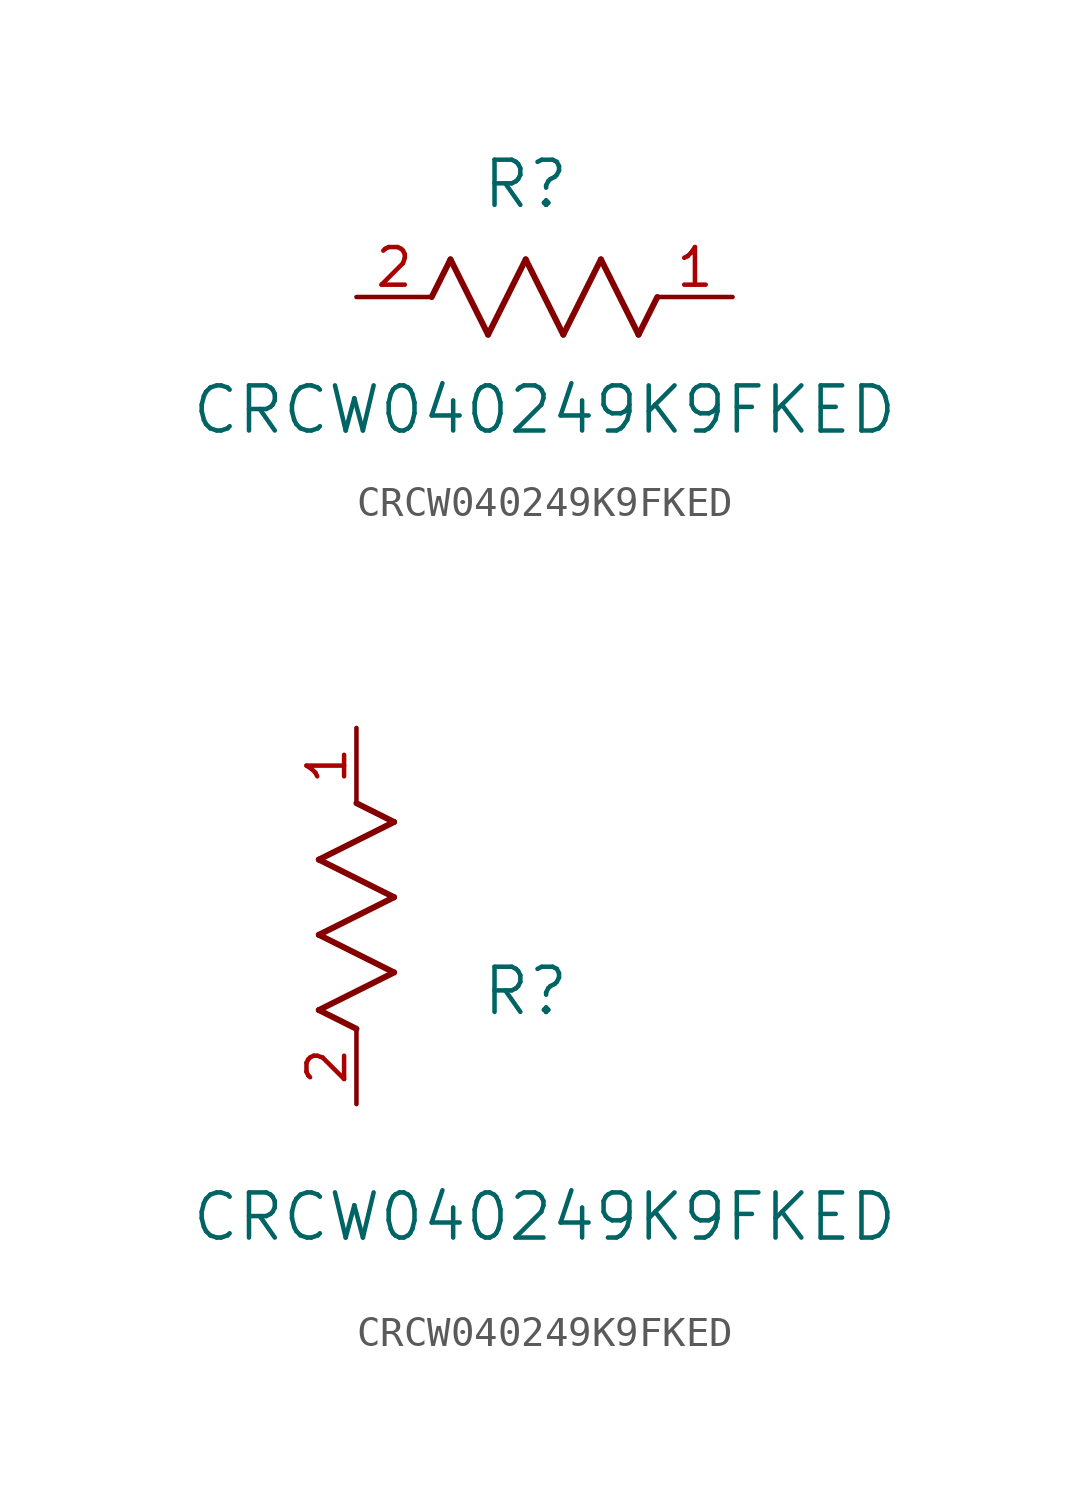
<source format=kicad_sym>
(kicad_symbol_lib
  (version 20211014)
  (generator kicad_symbol_editor)
  (symbol "CRCW040249K9FKED"
    (pin_names
      (offset 0.254))
    (property "Reference" "R"
      (at 5.715 3.81 0)
      (effects (font (size 1.524 1.524))))
    (property "Value" "CRCW040249K9FKED"
      (at 6.35 -3.81 0)
      (effects (font (size 1.524 1.524))))
    (symbol "CRCW040249K9FKED_1_1"
      (polyline (pts (xy 3.175 1.27) (xy 4.445 -1.27)) (stroke (width 0.203) (type default) (color 0 0 0 0)) (fill (type none)))
      (polyline (pts (xy 4.445 -1.27) (xy 5.715 1.27)) (stroke (width 0.203) (type default) (color 0 0 0 0)) (fill (type none)))
      (polyline (pts (xy 5.715 1.27) (xy 6.985 -1.27)) (stroke (width 0.203) (type default) (color 0 0 0 0)) (fill (type none)))
      (polyline (pts (xy 6.985 -1.27) (xy 8.255 1.27)) (stroke (width 0.203) (type default) (color 0 0 0 0)) (fill (type none)))
      (polyline (pts (xy 8.255 1.27) (xy 9.525 -1.27)) (stroke (width 0.203) (type default) (color 0 0 0 0)) (fill (type none)))
      (polyline (pts (xy 2.54 0) (xy 3.175 1.27)) (stroke (width 0.203) (type default) (color 0 0 0 0)) (fill (type none)))
      (polyline (pts (xy 9.525 -1.27) (xy 10.16 0)) (stroke (width 0.203) (type default) (color 0 0 0 0)) (fill (type none)))
      (pin unspecified line (at 0 0 0) (length 2.54) (name "" (effects (font (size 1.27 1.27)))) (number "2" (effects (font (size 1.27 1.27)))))
      (pin unspecified line (at 12.7 0 180) (length 2.54) (name "" (effects (font (size 1.27 1.27)))) (number "1" (effects (font (size 1.27 1.27))))))
    (symbol "CRCW040249K9FKED_1_2"
      (polyline (pts (xy 0 2.54) (xy -1.27 3.175)) (stroke (width 0.203) (type default) (color 0 0 0 0)) (fill (type none)))
      (polyline (pts (xy -1.27 3.175) (xy 1.27 4.445)) (stroke (width 0.203) (type default) (color 0 0 0 0)) (fill (type none)))
      (polyline (pts (xy 1.27 4.445) (xy -1.27 5.715)) (stroke (width 0.203) (type default) (color 0 0 0 0)) (fill (type none)))
      (polyline (pts (xy -1.27 5.715) (xy 1.27 6.985)) (stroke (width 0.203) (type default) (color 0 0 0 0)) (fill (type none)))
      (polyline (pts (xy -1.27 8.255) (xy 1.27 9.525)) (stroke (width 0.203) (type default) (color 0 0 0 0)) (fill (type none)))
      (polyline (pts (xy 1.27 9.525) (xy 0 10.16)) (stroke (width 0.203) (type default) (color 0 0 0 0)) (fill (type none)))
      (polyline (pts (xy 1.27 6.985) (xy -1.27 8.255)) (stroke (width 0.203) (type default) (color 0 0 0 0)) (fill (type none)))
      (pin unspecified line (at 0 0 90) (length 2.54) (name "" (effects (font (size 1.27 1.27)))) (number "2" (effects (font (size 1.27 1.27)))))
      (pin unspecified line (at 0 12.7 270) (length 2.54) (name "" (effects (font (size 1.27 1.27)))) (number "1" (effects (font (size 1.27 1.27))))))))
</source>
